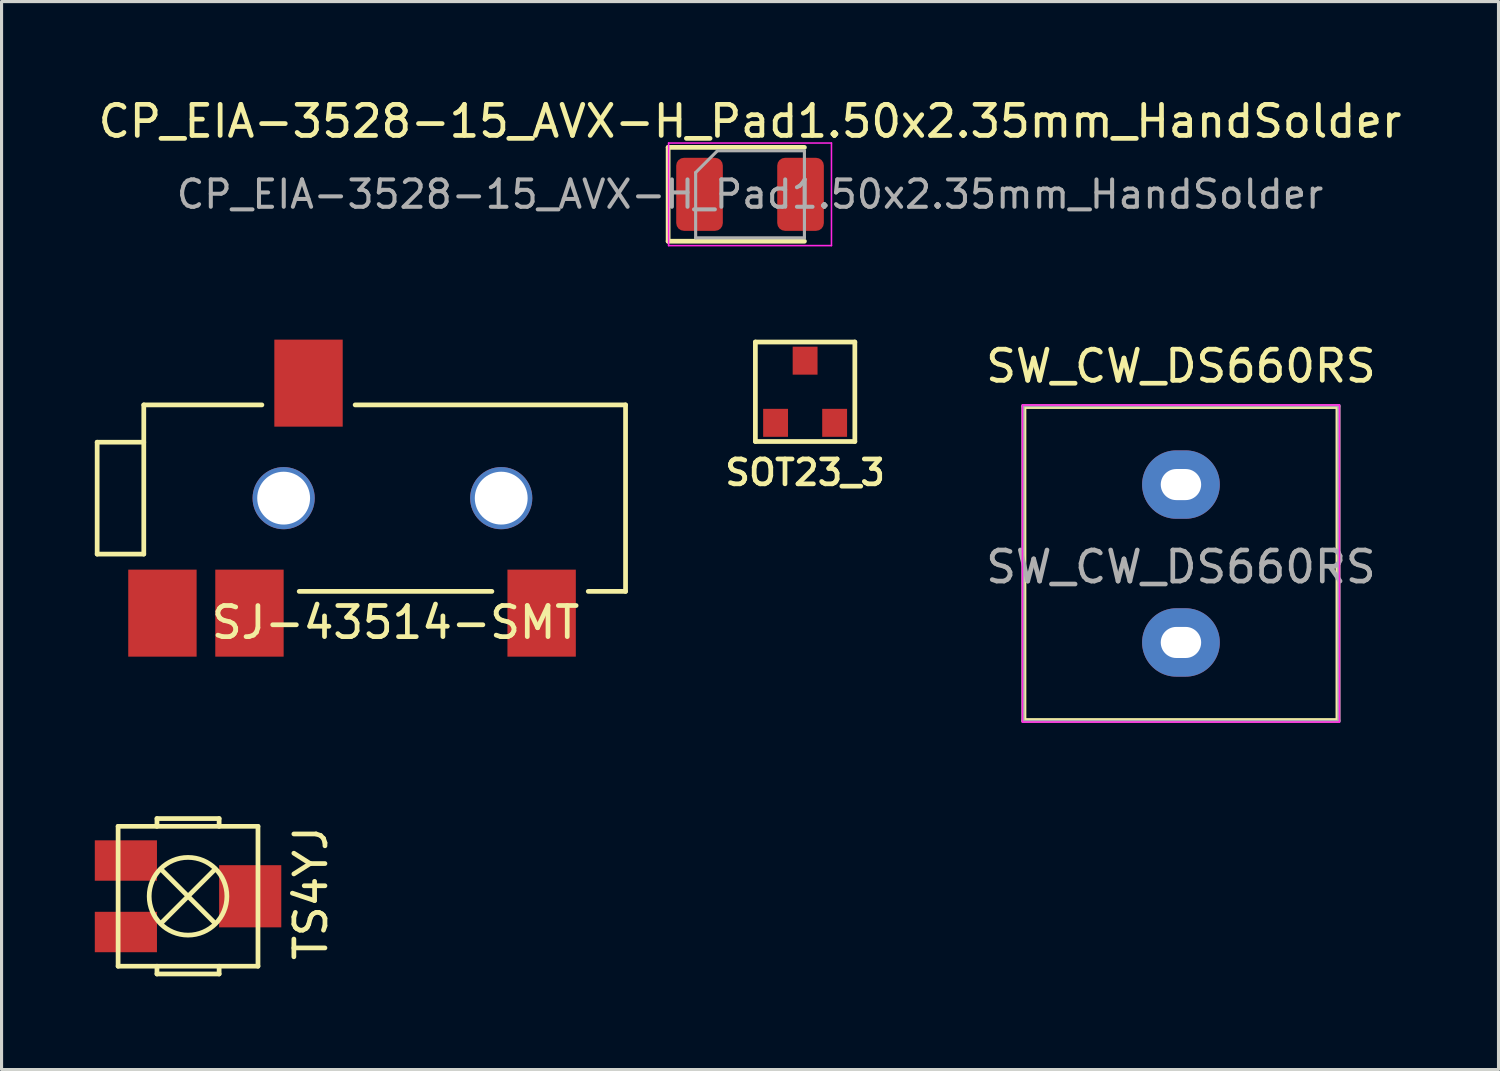
<source format=kicad_pcb>
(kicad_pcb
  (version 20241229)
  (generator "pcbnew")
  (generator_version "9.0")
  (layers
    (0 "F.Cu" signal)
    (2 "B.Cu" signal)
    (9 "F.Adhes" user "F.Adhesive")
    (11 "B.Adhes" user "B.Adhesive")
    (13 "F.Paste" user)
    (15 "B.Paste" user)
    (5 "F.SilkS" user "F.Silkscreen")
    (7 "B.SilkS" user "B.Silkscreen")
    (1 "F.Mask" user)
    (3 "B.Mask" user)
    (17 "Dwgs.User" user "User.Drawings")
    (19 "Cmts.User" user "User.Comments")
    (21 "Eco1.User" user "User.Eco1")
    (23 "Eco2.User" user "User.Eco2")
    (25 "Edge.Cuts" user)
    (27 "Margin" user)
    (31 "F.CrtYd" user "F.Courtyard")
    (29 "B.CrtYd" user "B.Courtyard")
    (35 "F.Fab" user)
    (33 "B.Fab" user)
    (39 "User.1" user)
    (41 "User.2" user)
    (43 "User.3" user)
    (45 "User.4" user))
  (footprint "TS4YJ"
    (layer "F.Cu")
    (at 1 26.936)
    (property "Reference" "TS4YJ" (at 5.95 -1.25 270) (layer "F.SilkS") (effects (font (size 1 1) (thickness 0.152))))
    (attr through_hole)
    (fp_line (start -0.25 -3.4) (end 4.25 -3.4) (stroke (width 0.152) (type solid)) (layer "F.SilkS"))
    (fp_line (start -0.25 1.1) (end -0.25 -3.4) (stroke (width 0.152) (type solid)) (layer "F.SilkS"))
    (fp_line (start 1 -3.65) (end 3 -3.65) (stroke (width 0.152) (type solid)) (layer "F.SilkS"))
    (fp_line (start 1 -3.4) (end 1 -3.65) (stroke (width 0.152) (type solid)) (layer "F.SilkS"))
    (fp_line (start 1 1.1) (end 1 1.35) (stroke (width 0.152) (type solid)) (layer "F.SilkS"))
    (fp_line (start 1 1.35) (end 3 1.35) (stroke (width 0.152) (type solid)) (layer "F.SilkS"))
    (fp_line (start 1.15 -2) (end 2.85 -0.3) (stroke (width 0.152) (type solid)) (layer "F.SilkS"))
    (fp_line (start 1.15 -0.3) (end 2.85 -2) (stroke (width 0.152) (type solid)) (layer "F.SilkS"))
    (fp_line (start 3 -3.65) (end 3 -3.4) (stroke (width 0.152) (type solid)) (layer "F.SilkS"))
    (fp_line (start 3 1.35) (end 3 1.1) (stroke (width 0.152) (type solid)) (layer "F.SilkS"))
    (fp_line (start 4.25 -3.4) (end 4.25 1.1) (stroke (width 0.152) (type solid)) (layer "F.SilkS"))
    (fp_line (start 4.25 1.1) (end -0.25 1.1) (stroke (width 0.152) (type solid)) (layer "F.SilkS"))
    (fp_circle (center 2 -1.15) (end 3.25 -1.15) (stroke (width 0.152) (type solid)) (fill no) (layer "F.SilkS"))
    (pad "1" smd rect (at 0 0 90) (size 1.3 2) (layers "F.Cu" "F.Mask" "F.Paste"))
    (pad "2" smd rect (at 4 -1.15 90) (size 2 2) (layers "F.Cu" "F.Mask" "F.Paste"))
    (pad "3" smd rect (at 0 -2.3 90) (size 1.3 2) (layers "F.Cu" "F.Mask" "F.Paste")))
  (footprint "SJ-43514-SMT"
    (layer "F.Cu")
    (at 9.576 12.977)
    (property "Reference" "SJ-43514-SMT" (at 0.1 4 0) (layer "F.SilkS") (effects (font (size 1 1) (thickness 0.152))))
    (attr through_hole)
    (fp_line (start -9.5 -1.8) (end -8 -1.8) (stroke (width 0.152) (type solid)) (layer "F.SilkS"))
    (fp_line (start -9.5 1.8) (end -9.5 -1.8) (stroke (width 0.152) (type solid)) (layer "F.SilkS"))
    (fp_line (start -8 -3) (end -8 1.8) (stroke (width 0.152) (type solid)) (layer "F.SilkS"))
    (fp_line (start -8 -3) (end -4.2 -3) (stroke (width 0.152) (type solid)) (layer "F.SilkS"))
    (fp_line (start -8 1.8) (end -9.5 1.8) (stroke (width 0.152) (type solid)) (layer "F.SilkS"))
    (fp_line (start -3 3) (end 3.2 3) (stroke (width 0.152) (type solid)) (layer "F.SilkS"))
    (fp_line (start -1.2 -3) (end 7.5 -3) (stroke (width 0.152) (type solid)) (layer "F.SilkS"))
    (fp_line (start 7.5 -3) (end 7.5 3) (stroke (width 0.152) (type solid)) (layer "F.SilkS"))
    (fp_line (start 7.5 3) (end 6.3 3) (stroke (width 0.152) (type solid)) (layer "F.SilkS"))
    (pad "" np_thru_hole circle (at -3.5 0) (size 2 2) (drill 1.7) (layers "*.Cu" "*.Mask"))
    (pad "" np_thru_hole circle (at 3.5 0) (size 2 2) (drill 1.7) (layers "*.Cu" "*.Mask"))
    (pad "1" smd rect (at -7.4 3.7) (size 2.2 2.8) (layers "F.Cu" "F.Mask" "F.Paste"))
    (pad "2" smd rect (at 4.8 3.7) (size 2.2 2.8) (layers "F.Cu" "F.Mask" "F.Paste"))
    (pad "3" smd rect (at -2.7 -3.7) (size 2.2 2.8) (layers "F.Cu" "F.Mask" "F.Paste"))
    (pad "4" smd rect (at -4.6 3.7) (size 2.2 2.8) (layers "F.Cu" "F.Mask" "F.Paste")))
  (footprint "SOT23_3"
    (layer "F.Cu")
    (at 22.853 10.554)
    (property "Reference" "SOT23_3" (at 0 1.6 0) (layer "F.SilkS") (effects (font (size 0.8 0.8) (thickness 0.152))))
    (attr through_hole)
    (fp_line (start -1.6 -2.6) (end -1.6 0.6) (stroke (width 0.152) (type solid)) (layer "F.SilkS"))
    (fp_line (start -1.6 0.6) (end 1.6 0.6) (stroke (width 0.152) (type solid)) (layer "F.SilkS"))
    (fp_line (start 1.6 -2.6) (end -1.6 -2.6) (stroke (width 0.152) (type solid)) (layer "F.SilkS"))
    (fp_line (start 1.6 0.6) (end 1.6 -2.6) (stroke (width 0.152) (type solid)) (layer "F.SilkS"))
    (pad "1" smd rect (at -0.95 0) (size 0.8 0.9) (layers "F.Cu" "F.Mask" "F.Paste"))
    (pad "2" smd rect (at 0.95 0) (size 0.8 0.9) (layers "F.Cu" "F.Mask" "F.Paste"))
    (pad "3" smd rect (at 0 -2) (size 0.8 0.9) (layers "F.Cu" "F.Mask" "F.Paste")))
  (footprint "SW_CW_DS660RS"
    (layer "F.Cu")
    (at 34.945 15.08)
    (property "Reference" "SW_CW_DS660RS" (at 0 -6.35 0) (layer "F.SilkS") (effects (font (size 1 1) (thickness 0.152))))
    (attr through_hole)
    (fp_line (start -5.05 -5.05) (end -5.05 5.05) (stroke (width 0.152) (type solid)) (layer "F.SilkS"))
    (fp_line (start -5.05 -5.05) (end 5.05 -5.05) (stroke (width 0.152) (type solid)) (layer "F.SilkS"))
    (fp_line (start -5.05 5.05) (end 5.05 5.05) (stroke (width 0.152) (type solid)) (layer "F.SilkS"))
    (fp_line (start 5.05 -5.05) (end 5.05 5.05) (stroke (width 0.152) (type solid)) (layer "F.SilkS"))
    (fp_line (start -5.1 -5.1) (end -5.1 5.1) (stroke (width 0.05) (type solid)) (layer "F.CrtYd"))
    (fp_line (start -5.1 5.1) (end 5.1 5.1) (stroke (width 0.05) (type solid)) (layer "F.CrtYd"))
    (fp_line (start 5.1 -5.1) (end -5.1 -5.1) (stroke (width 0.05) (type solid)) (layer "F.CrtYd"))
    (fp_line (start 5.1 5.1) (end 5.1 -5.1) (stroke (width 0.05) (type solid)) (layer "F.CrtYd"))
    (fp_line (start -5.08 -5.08) (end 5.08 -5.08) (stroke (width 0.1) (type solid)) (layer "F.Fab"))
    (fp_line (start -5.08 5.08) (end -5.08 -5.08) (stroke (width 0.1) (type solid)) (layer "F.Fab"))
    (fp_line (start -5.08 5.08) (end 5.08 5.08) (stroke (width 0.1) (type solid)) (layer "F.Fab"))
    (fp_line (start 5.08 -5.08) (end 5.08 5.08) (stroke (width 0.1) (type solid)) (layer "F.Fab"))
    (fp_text user "${REFERENCE}" (at 0 0.11 0) (layer "F.Fab") (effects (font (size 1 1) (thickness 0.15))))
    (pad "1" thru_hole oval (at 0 -2.54) (size 2.5 2.2) (drill oval 1.3 1) (layers "*.Cu" "*.Mask"))
    (pad "2" thru_hole oval (at 0 2.54) (size 2.5 2.2) (drill oval 1.3 1) (layers "*.Cu" "*.Mask")))
  (footprint "CP_EIA-3528-15_AVX-H_Pad1.50x2.35mm_HandSolder"
    (layer "F.Cu")
    (at 21.081 3.202)
    (property "Reference" "CP_EIA-3528-15_AVX-H_Pad1.50x2.35mm_HandSolder" (at 0 -2.35 0) (layer "F.SilkS") (effects (font (size 1 1) (thickness 0.152))))
    (attr smd)
    (fp_line (start -2.635 -1.51) (end -2.635 1.51) (stroke (width 0.152) (type solid)) (layer "F.SilkS"))
    (fp_line (start -2.635 1.51) (end 1.75 1.51) (stroke (width 0.152) (type solid)) (layer "F.SilkS"))
    (fp_line (start 1.75 -1.51) (end -2.635 -1.51) (stroke (width 0.152) (type solid)) (layer "F.SilkS"))
    (fp_line (start -2.62 -1.65) (end 2.62 -1.65) (stroke (width 0.05) (type solid)) (layer "F.CrtYd"))
    (fp_line (start -2.62 1.65) (end -2.62 -1.65) (stroke (width 0.05) (type solid)) (layer "F.CrtYd"))
    (fp_line (start 2.62 -1.65) (end 2.62 1.65) (stroke (width 0.05) (type solid)) (layer "F.CrtYd"))
    (fp_line (start 2.62 1.65) (end -2.62 1.65) (stroke (width 0.05) (type solid)) (layer "F.CrtYd"))
    (fp_line (start -1.75 -0.7) (end -1.75 1.4) (stroke (width 0.1) (type solid)) (layer "F.Fab"))
    (fp_line (start -1.75 1.4) (end 1.75 1.4) (stroke (width 0.1) (type solid)) (layer "F.Fab"))
    (fp_line (start -1.05 -1.4) (end -1.75 -0.7) (stroke (width 0.1) (type solid)) (layer "F.Fab"))
    (fp_line (start 1.75 -1.4) (end -1.05 -1.4) (stroke (width 0.1) (type solid)) (layer "F.Fab"))
    (fp_line (start 1.75 1.4) (end 1.75 -1.4) (stroke (width 0.1) (type solid)) (layer "F.Fab"))
    (fp_text user "${REFERENCE}" (at 0 0 0) (layer "F.Fab") (effects (font (size 0.88 0.88) (thickness 0.13))))
    (pad "1" smd roundrect (at -1.625 0) (size 1.5 2.35) (layers "F.Cu" "F.Mask" "F.Paste") (roundrect_rratio 0.167))
    (pad "2" smd roundrect (at 1.625 0) (size 1.5 2.35) (layers "F.Cu" "F.Mask" "F.Paste") (roundrect_rratio 0.167)))
  (gr_rect
    (start -3 -3)
    (end 45.162 31.362)
    (stroke (width 0.1) (type default))
    (fill no)
    (layer "Edge.Cuts")))
</source>
